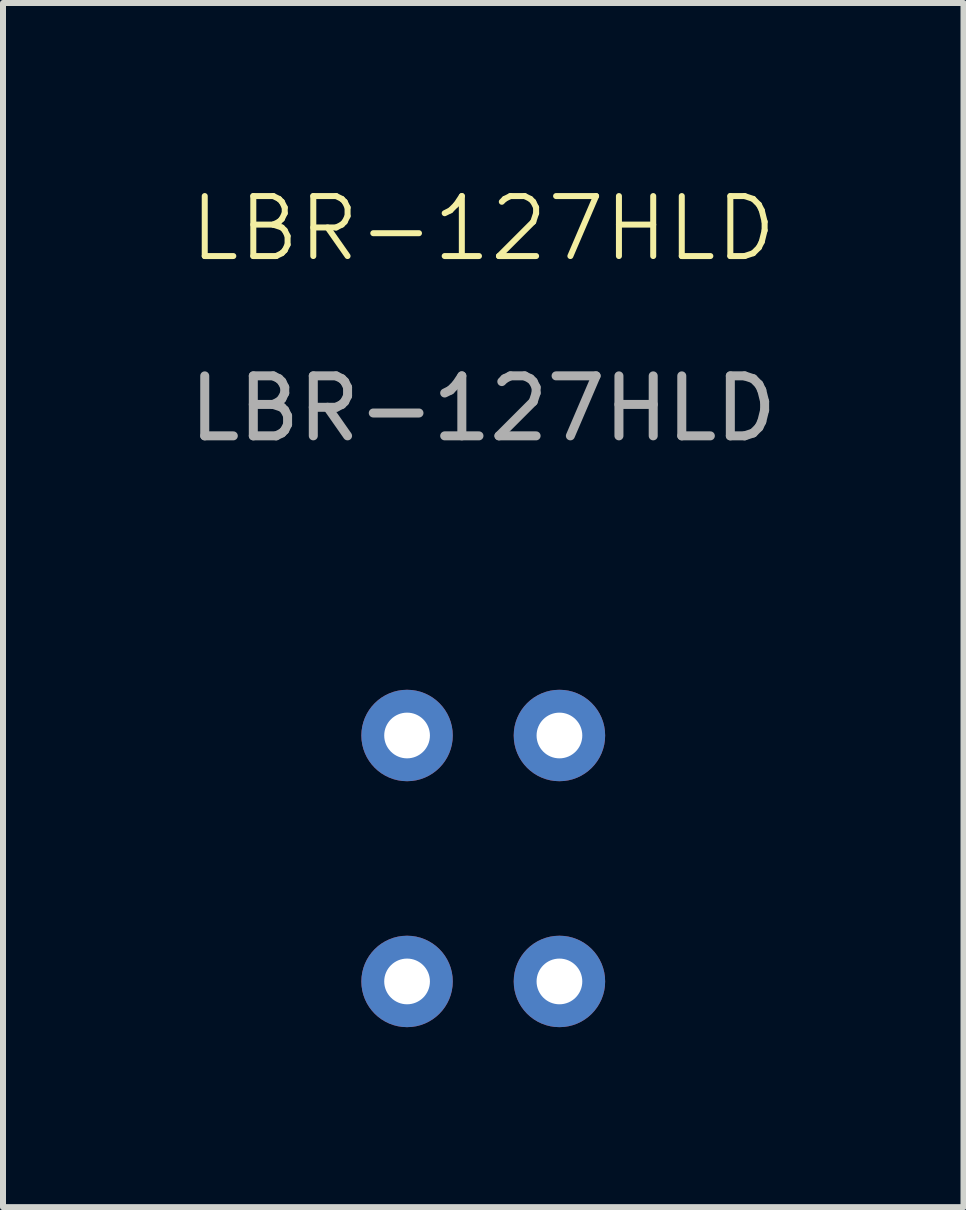
<source format=kicad_pcb>
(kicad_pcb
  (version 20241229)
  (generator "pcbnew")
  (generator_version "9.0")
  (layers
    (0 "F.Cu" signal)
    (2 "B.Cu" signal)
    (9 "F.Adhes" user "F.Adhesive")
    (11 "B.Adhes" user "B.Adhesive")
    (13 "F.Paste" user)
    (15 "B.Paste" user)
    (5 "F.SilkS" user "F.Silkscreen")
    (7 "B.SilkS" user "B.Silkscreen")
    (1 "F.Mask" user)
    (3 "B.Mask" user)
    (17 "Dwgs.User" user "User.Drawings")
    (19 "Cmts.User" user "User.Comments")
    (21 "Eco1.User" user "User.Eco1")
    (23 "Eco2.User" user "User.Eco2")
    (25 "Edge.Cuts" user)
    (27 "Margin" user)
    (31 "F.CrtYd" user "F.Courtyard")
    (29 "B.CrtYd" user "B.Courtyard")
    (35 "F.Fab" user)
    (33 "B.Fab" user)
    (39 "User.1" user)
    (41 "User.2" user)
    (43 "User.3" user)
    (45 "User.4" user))
  (footprint "LBR-127HLD"
    (layer "F.Cu")
    (at 5.006 11.261)
    (property "Reference" "LBR-127HLD" (at 0 -10.5 0) (unlocked yes) (layer "F.SilkS") (effects (font (size 1 1) (thickness 0.1))))
    (attr through_hole)
    (fp_text user "${REFERENCE}" (at 0 -7.5 0) (unlocked yes) (layer "F.Fab") (effects (font (size 1 1) (thickness 0.15))))
    (pad "1" thru_hole circle (at -1.27 -2.05) (size 1.524 1.524) (drill 0.762) (layers "*.Cu" "*.Mask"))
    (pad "2" thru_hole circle (at 1.27 -2.05) (size 1.524 1.524) (drill 0.762) (layers "*.Cu" "*.Mask"))
    (pad "3" thru_hole circle (at 1.27 2.05) (size 1.524 1.524) (drill 0.762) (layers "*.Cu" "*.Mask"))
    (pad "4" thru_hole circle (at -1.27 2.05) (size 1.524 1.524) (drill 0.762) (layers "*.Cu" "*.Mask")))
  (gr_rect
    (start -3 -3)
    (end 13.012 17.073)
    (stroke (width 0.1) (type default))
    (fill no)
    (layer "Edge.Cuts")))
</source>
